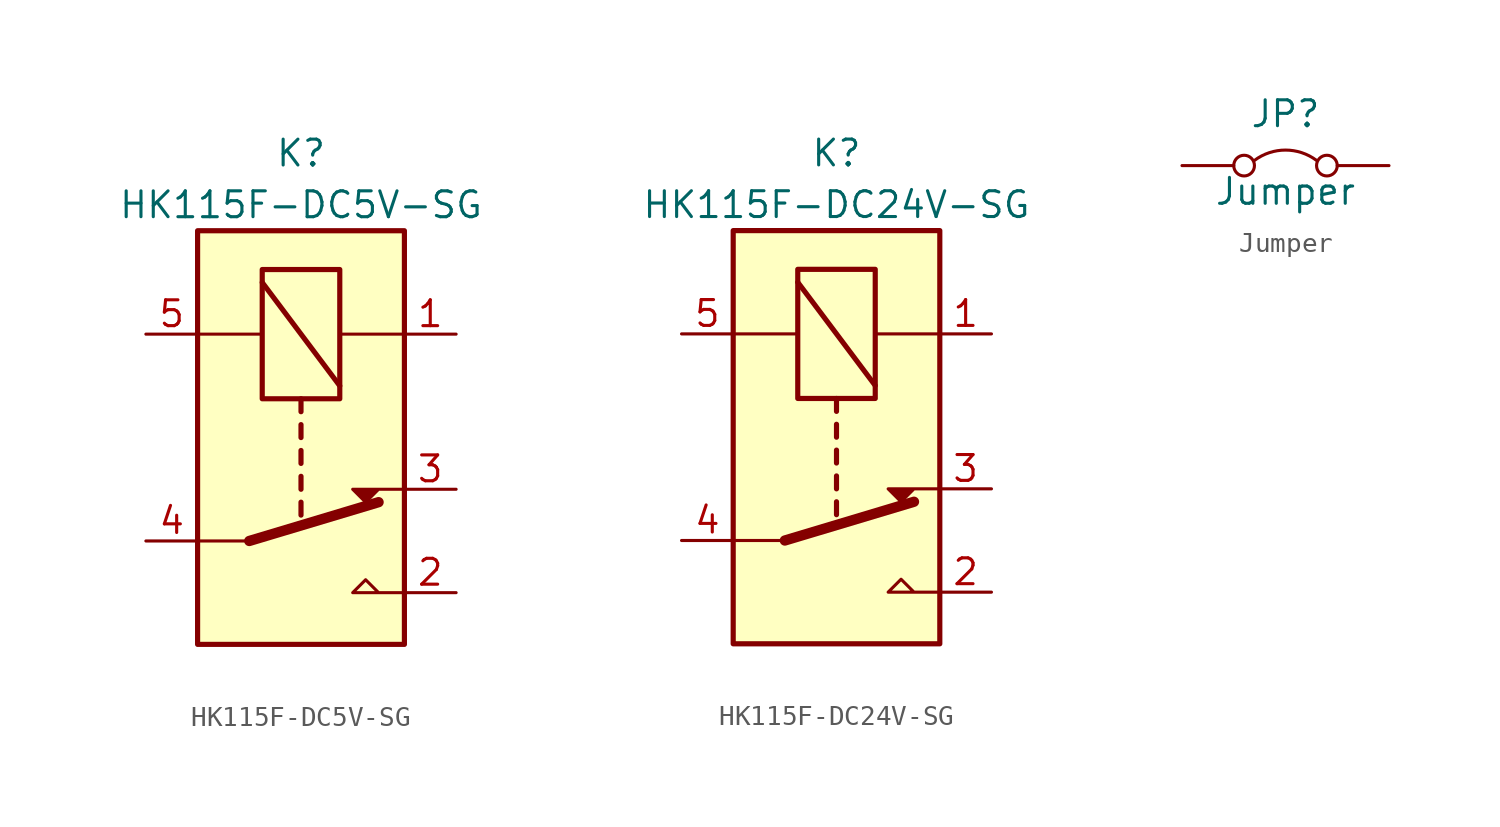
<source format=kicad_sym>
(kicad_symbol_lib
  (version 20211014)
  (generator kicad_symbol_editor)
  (symbol "HK115F-DC5V-SG"
    (pin_names
      (offset 1.016))
    (property "Reference" "K"
      (at 0 13.97 0)
      (effects (font (size 1.27 1.27))))
    (property "Value" "HK115F-DC5V-SG"
      (at 0 11.43 0)
      (effects (font (size 1.27 1.27))))
    (symbol "HK115F-DC5V-SG_1_1"
      (polyline (pts (xy -5.08 5.08) (xy -1.905 5.08)) (stroke (width 0) (type default) (color 0 0 0 0)) (fill (type none)))
      (polyline (pts (xy -2.54 -5.08) (xy -5.08 -5.08)) (stroke (width 0) (type default) (color 0 0 0 0)) (fill (type none)))
      (polyline (pts (xy -2.54 -5.08) (xy 3.81 -3.175)) (stroke (width 0.508) (type default) (color 0 0 0 0)) (fill (type none)))
      (polyline (pts (xy 0 -3.175) (xy 0 -3.81)) (stroke (width 0.254) (type default) (color 0 0 0 0)) (fill (type none)))
      (polyline (pts (xy 0 -1.905) (xy 0 -2.54)) (stroke (width 0.254) (type default) (color 0 0 0 0)) (fill (type none)))
      (polyline (pts (xy 0 -0.635) (xy 0 -1.27)) (stroke (width 0.254) (type default) (color 0 0 0 0)) (fill (type none)))
      (polyline (pts (xy 0 0.635) (xy 0 0)) (stroke (width 0.254) (type default) (color 0 0 0 0)) (fill (type none)))
      (polyline (pts (xy 0 1.905) (xy 0 1.27)) (stroke (width 0.254) (type default) (color 0 0 0 0)) (fill (type none)))
      (polyline (pts (xy 1.905 2.54) (xy -1.905 7.62)) (stroke (width 0.254) (type default) (color 0 0 0 0)) (fill (type none)))
      (polyline (pts (xy 5.08 5.08) (xy 1.905 5.08)) (stroke (width 0) (type default) (color 0 0 0 0)) (fill (type none)))
      (polyline (pts (xy 5.08 -7.62) (xy 2.54 -7.62) (xy 3.175 -6.985) (xy 3.81 -7.62)) (stroke (width 0) (type default) (color 0 0 0 0)) (fill (type none)))
      (polyline (pts (xy 5.08 -2.54) (xy 2.54 -2.54) (xy 3.175 -3.175) (xy 3.81 -2.54)) (stroke (width 0) (type default) (color 0 0 0 0)) (fill (type outline)))
      (rectangle (start 1.905 8.255) (end -1.905 1.905) (stroke (width 0.254) (type default) (color 0 0 0 0)) (fill (type none)))
      (rectangle (start 5.08 10.16) (end -5.08 -10.16) (stroke (width 0.254) (type default) (color 0 0 0 0)) (fill (type background)))
      (pin passive line (at 7.62 5.08 180) (length 2.54) (name "~" (effects (font (size 1.27 1.27)))) (number "1" (effects (font (size 1.27 1.27)))))
      (pin passive line (at 7.62 -7.62 180) (length 2.54) (name "~" (effects (font (size 1.27 1.27)))) (number "2" (effects (font (size 1.27 1.27)))))
      (pin passive line (at 7.62 -2.54 180) (length 2.54) (name "~" (effects (font (size 1.27 1.27)))) (number "3" (effects (font (size 1.27 1.27)))))
      (pin passive line (at -7.62 -5.08 0) (length 2.54) (name "~" (effects (font (size 1.27 1.27)))) (number "4" (effects (font (size 1.27 1.27)))))
      (pin passive line (at -7.62 5.08 0) (length 2.54) (name "~" (effects (font (size 1.27 1.27)))) (number "5" (effects (font (size 1.27 1.27)))))))
  (symbol "HK115F-DC24V-SG"
    (pin_names
      (offset 1.016))
    (property "Reference" "K"
      (at 0 13.97 0)
      (effects (font (size 1.27 1.27))))
    (property "Value" "HK115F-DC24V-SG"
      (at 0 11.43 0)
      (effects (font (size 1.27 1.27))))
    (symbol "HK115F-DC24V-SG_1_1"
      (polyline (pts (xy -5.08 5.08) (xy -1.905 5.08)) (stroke (width 0) (type default) (color 0 0 0 0)) (fill (type none)))
      (polyline (pts (xy -2.54 -5.08) (xy -5.08 -5.08)) (stroke (width 0) (type default) (color 0 0 0 0)) (fill (type none)))
      (polyline (pts (xy -2.54 -5.08) (xy 3.81 -3.175)) (stroke (width 0.508) (type default) (color 0 0 0 0)) (fill (type none)))
      (polyline (pts (xy 0 -3.175) (xy 0 -3.81)) (stroke (width 0.254) (type default) (color 0 0 0 0)) (fill (type none)))
      (polyline (pts (xy 0 -1.905) (xy 0 -2.54)) (stroke (width 0.254) (type default) (color 0 0 0 0)) (fill (type none)))
      (polyline (pts (xy 0 -0.635) (xy 0 -1.27)) (stroke (width 0.254) (type default) (color 0 0 0 0)) (fill (type none)))
      (polyline (pts (xy 0 0.635) (xy 0 0)) (stroke (width 0.254) (type default) (color 0 0 0 0)) (fill (type none)))
      (polyline (pts (xy 0 1.905) (xy 0 1.27)) (stroke (width 0.254) (type default) (color 0 0 0 0)) (fill (type none)))
      (polyline (pts (xy 1.905 2.54) (xy -1.905 7.62)) (stroke (width 0.254) (type default) (color 0 0 0 0)) (fill (type none)))
      (polyline (pts (xy 5.08 5.08) (xy 1.905 5.08)) (stroke (width 0) (type default) (color 0 0 0 0)) (fill (type none)))
      (polyline (pts (xy 5.08 -7.62) (xy 2.54 -7.62) (xy 3.175 -6.985) (xy 3.81 -7.62)) (stroke (width 0) (type default) (color 0 0 0 0)) (fill (type none)))
      (polyline (pts (xy 5.08 -2.54) (xy 2.54 -2.54) (xy 3.175 -3.175) (xy 3.81 -2.54)) (stroke (width 0) (type default) (color 0 0 0 0)) (fill (type outline)))
      (rectangle (start 1.905 8.255) (end -1.905 1.905) (stroke (width 0.254) (type default) (color 0 0 0 0)) (fill (type none)))
      (rectangle (start 5.08 10.16) (end -5.08 -10.16) (stroke (width 0.254) (type default) (color 0 0 0 0)) (fill (type background)))
      (pin passive line (at 7.62 5.08 180) (length 2.54) (name "~" (effects (font (size 1.27 1.27)))) (number "1" (effects (font (size 1.27 1.27)))))
      (pin passive line (at 7.62 -7.62 180) (length 2.54) (name "~" (effects (font (size 1.27 1.27)))) (number "2" (effects (font (size 1.27 1.27)))))
      (pin passive line (at 7.62 -2.54 180) (length 2.54) (name "~" (effects (font (size 1.27 1.27)))) (number "3" (effects (font (size 1.27 1.27)))))
      (pin passive line (at -7.62 -5.08 0) (length 2.54) (name "~" (effects (font (size 1.27 1.27)))) (number "4" (effects (font (size 1.27 1.27)))))
      (pin passive line (at -7.62 5.08 0) (length 2.54) (name "~" (effects (font (size 1.27 1.27)))) (number "5" (effects (font (size 1.27 1.27)))))))
  (symbol "Jumper"
    (pin_names
      (offset 1.016))
    (property "Reference" "JP"
      (at 0 2.54 0)
      (effects (font (size 1.27 1.27))))
    (property "Value" "Jumper"
      (at 0 -1.27 0)
      (effects (font (size 1.27 1.27))))
    (symbol "Jumper_1_1"
      (circle (center -2.032 0) (radius 0.508) (stroke (width 0) (type default) (color 0 0 0 0)) (fill (type none)))
      (arc (start 1.524 0.254) (mid 0 0.762) (end -1.524 0.254) (stroke (width 0) (type default) (color 0 0 0 0)) (fill (type none)))
      (circle (center 2.032 0) (radius 0.508) (stroke (width 0) (type default) (color 0 0 0 0)) (fill (type none)))
      (pin unspecified line (at -5.08 0 0) (length 2.54) (name "~" (effects (font (size 1.27 1.27)))) (number "~" (effects (font (size 1.27 1.27)))))
      (pin unspecified line (at 5.08 0 180) (length 2.54) (name "~" (effects (font (size 1.27 1.27)))) (number "~" (effects (font (size 1.27 1.27))))))))
</source>
